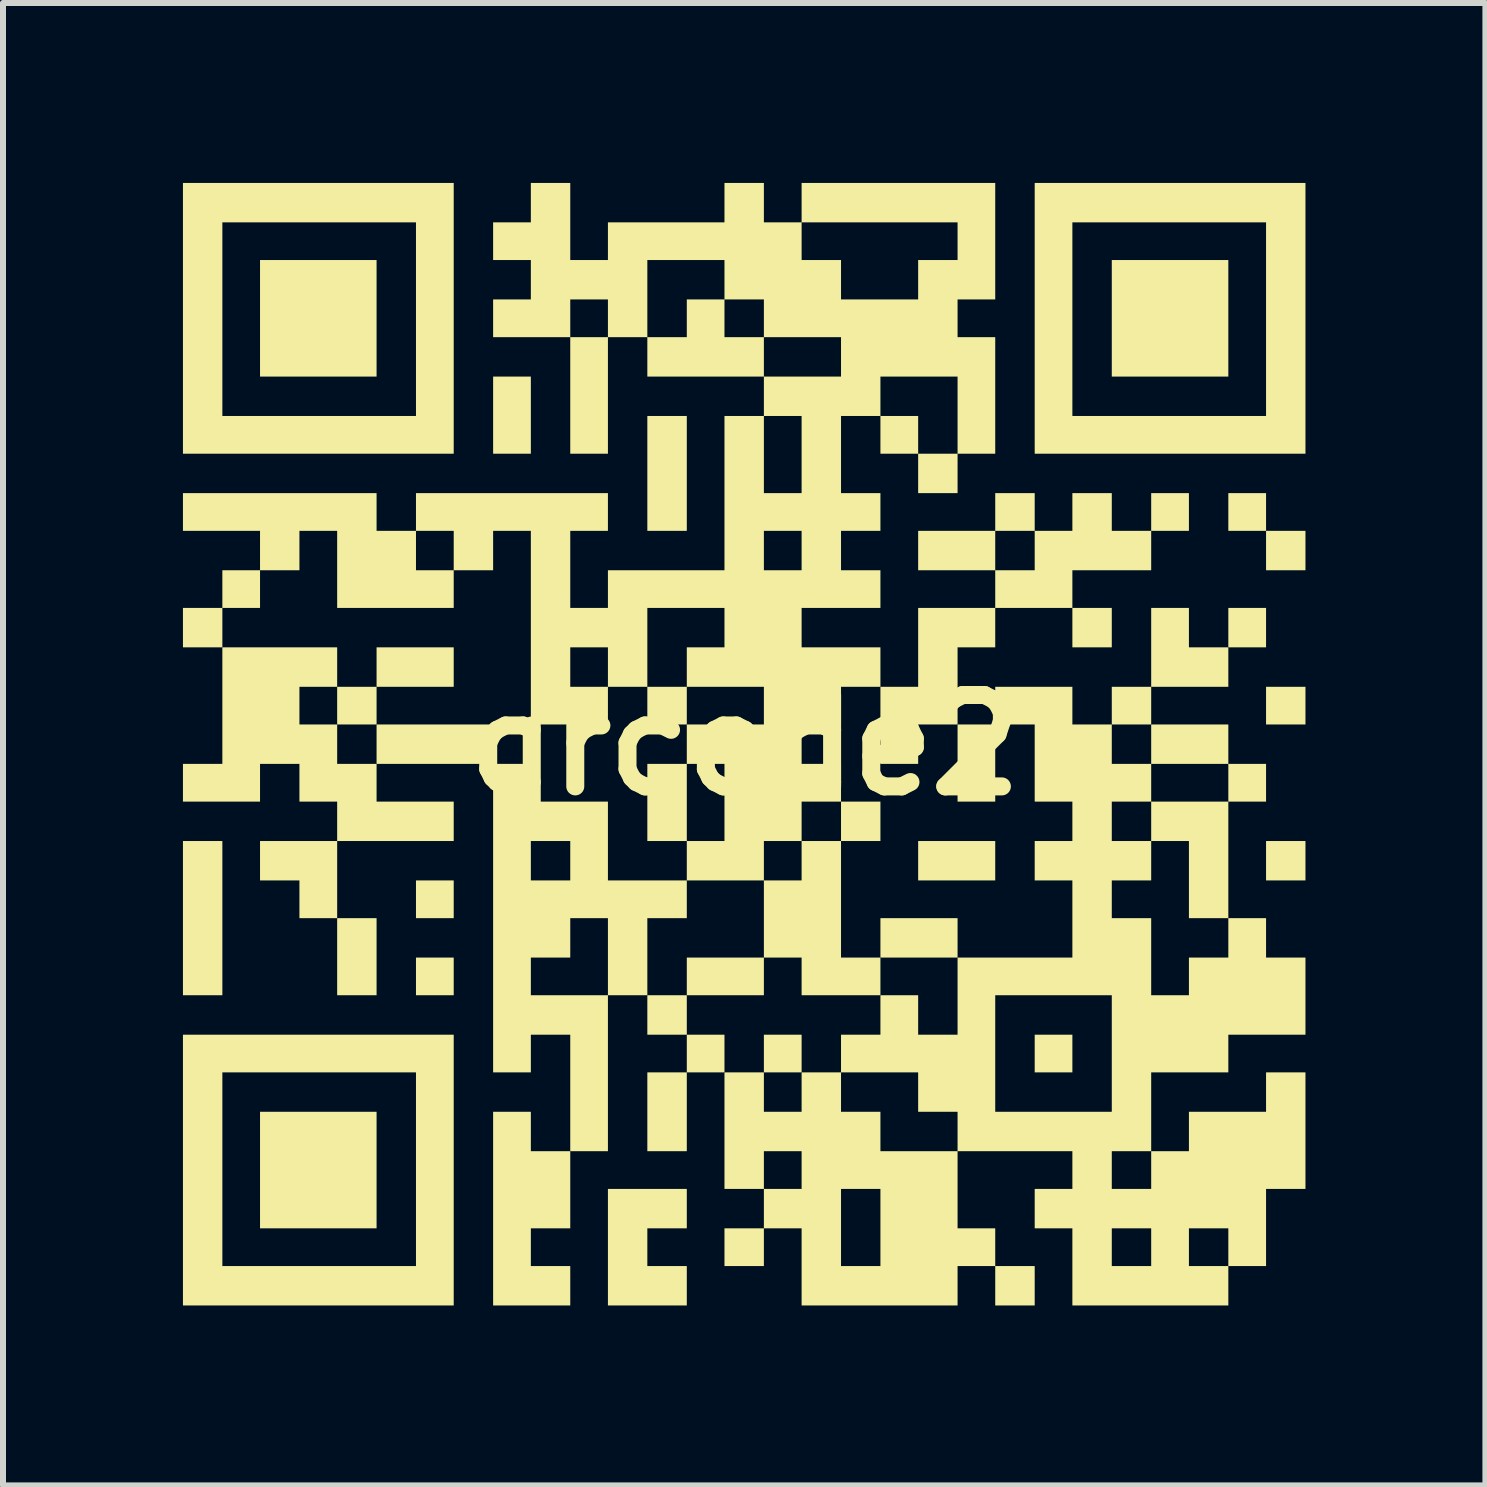
<source format=kicad_pcb>
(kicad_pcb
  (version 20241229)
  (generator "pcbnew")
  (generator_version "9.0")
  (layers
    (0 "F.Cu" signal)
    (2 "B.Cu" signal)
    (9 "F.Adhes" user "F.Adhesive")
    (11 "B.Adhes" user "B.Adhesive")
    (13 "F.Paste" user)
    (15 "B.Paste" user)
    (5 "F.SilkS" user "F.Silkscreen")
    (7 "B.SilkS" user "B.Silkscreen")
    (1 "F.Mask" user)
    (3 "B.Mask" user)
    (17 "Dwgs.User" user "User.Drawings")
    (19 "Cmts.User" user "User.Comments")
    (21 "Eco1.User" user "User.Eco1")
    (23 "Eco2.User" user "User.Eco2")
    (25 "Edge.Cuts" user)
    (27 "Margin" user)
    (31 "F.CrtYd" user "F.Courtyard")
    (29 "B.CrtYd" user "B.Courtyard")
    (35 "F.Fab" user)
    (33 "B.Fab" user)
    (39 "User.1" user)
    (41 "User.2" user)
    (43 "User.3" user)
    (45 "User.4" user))
  (footprint "qrcode2"
    (layer "F.Cu")
    (at 9.371 9.371)
    (property "Reference" "qrcode2" (at 0 0 0) (layer "F.SilkS") (effects (font (size 1.524 1.524) (thickness 0.3))))
    (attr board_only exclude_from_pos_files exclude_from_bom)
    (fp_poly (pts (xy -8.714 -1.629) (xy -9.371 -1.629) (xy -9.371 -2.286) (xy -8.714 -2.286)) (stroke (width 0) (type solid)) (fill yes) (layer "F.SilkS"))
    (fp_poly (pts (xy -8.714 4.171) (xy -9.371 4.171) (xy -9.371 1.6) (xy -8.714 1.6)) (stroke (width 0) (type solid)) (fill yes) (layer "F.SilkS"))
    (fp_poly (pts (xy -8.086 -2.286) (xy -8.714 -2.286) (xy -8.714 -2.914) (xy -8.086 -2.914)) (stroke (width 0) (type solid)) (fill yes) (layer "F.SilkS"))
    (fp_poly (pts (xy -6.143 -6.143) (xy -8.086 -6.143) (xy -8.086 -8.086) (xy -6.143 -8.086)) (stroke (width 0) (type solid)) (fill yes) (layer "F.SilkS"))
    (fp_poly (pts (xy -6.143 -0.343) (xy -6.8 -0.343) (xy -6.8 -0.971) (xy -6.143 -0.971)) (stroke (width 0) (type solid)) (fill yes) (layer "F.SilkS"))
    (fp_poly (pts (xy -6.143 4.171) (xy -6.8 4.171) (xy -6.8 2.886) (xy -6.143 2.886)) (stroke (width 0) (type solid)) (fill yes) (layer "F.SilkS"))
    (fp_poly (pts (xy -6.143 8.057) (xy -8.086 8.057) (xy -8.086 6.114) (xy -6.143 6.114)) (stroke (width 0) (type solid)) (fill yes) (layer "F.SilkS"))
    (fp_poly (pts (xy -4.857 -0.971) (xy -6.143 -0.971) (xy -6.143 -1.629) (xy -4.857 -1.629)) (stroke (width 0) (type solid)) (fill yes) (layer "F.SilkS"))
    (fp_poly (pts (xy -4.857 2.886) (xy -5.486 2.886) (xy -5.486 2.257) (xy -4.857 2.257)) (stroke (width 0) (type solid)) (fill yes) (layer "F.SilkS"))
    (fp_poly (pts (xy -4.857 4.171) (xy -5.486 4.171) (xy -5.486 3.543) (xy -4.857 3.543)) (stroke (width 0) (type solid)) (fill yes) (layer "F.SilkS"))
    (fp_poly (pts (xy -4.2 0.314) (xy -6.143 0.314) (xy -6.143 -0.343) (xy -4.2 -0.343)) (stroke (width 0) (type solid)) (fill yes) (layer "F.SilkS"))
    (fp_poly (pts (xy -3.571 -4.857) (xy -4.2 -4.857) (xy -4.2 -6.143) (xy -3.571 -6.143)) (stroke (width 0) (type solid)) (fill yes) (layer "F.SilkS"))
    (fp_poly (pts (xy -0.971 -3.571) (xy -1.629 -3.571) (xy -1.629 -5.486) (xy -0.971 -5.486)) (stroke (width 0) (type solid)) (fill yes) (layer "F.SilkS"))
    (fp_poly (pts (xy -0.971 -0.343) (xy -1.629 -0.343) (xy -1.629 -0.971) (xy -0.971 -0.971)) (stroke (width 0) (type solid)) (fill yes) (layer "F.SilkS"))
    (fp_poly (pts (xy -0.971 1.6) (xy -1.629 1.6) (xy -1.629 0.314) (xy -0.971 0.314)) (stroke (width 0) (type solid)) (fill yes) (layer "F.SilkS"))
    (fp_poly (pts (xy -0.971 4.829) (xy -1.629 4.829) (xy -1.629 4.171) (xy -0.971 4.171)) (stroke (width 0) (type solid)) (fill yes) (layer "F.SilkS"))
    (fp_poly (pts (xy -0.971 6.771) (xy -1.629 6.771) (xy -1.629 5.457) (xy -0.971 5.457)) (stroke (width 0) (type solid)) (fill yes) (layer "F.SilkS"))
    (fp_poly (pts (xy -0.343 5.457) (xy -0.971 5.457) (xy -0.971 4.829) (xy -0.343 4.829)) (stroke (width 0) (type solid)) (fill yes) (layer "F.SilkS"))
    (fp_poly (pts (xy 0.314 4.171) (xy -0.971 4.171) (xy -0.971 3.543) (xy 0.314 3.543)) (stroke (width 0) (type solid)) (fill yes) (layer "F.SilkS"))
    (fp_poly (pts (xy 0.314 8.686) (xy -0.343 8.686) (xy -0.343 8.057) (xy 0.314 8.057)) (stroke (width 0) (type solid)) (fill yes) (layer "F.SilkS"))
    (fp_poly (pts (xy 0.943 5.457) (xy 0.314 5.457) (xy 0.314 4.829) (xy 0.943 4.829)) (stroke (width 0) (type solid)) (fill yes) (layer "F.SilkS"))
    (fp_poly (pts (xy 2.257 1.6) (xy 1.6 1.6) (xy 1.6 0.943) (xy 2.257 0.943)) (stroke (width 0) (type solid)) (fill yes) (layer "F.SilkS"))
    (fp_poly (pts (xy 3.543 3.543) (xy 2.257 3.543) (xy 2.257 2.886) (xy 3.543 2.886)) (stroke (width 0) (type solid)) (fill yes) (layer "F.SilkS"))
    (fp_poly (pts (xy 4.171 0.943) (xy 3.543 0.943) (xy 3.543 -0.343) (xy 4.171 -0.343)) (stroke (width 0) (type solid)) (fill yes) (layer "F.SilkS"))
    (fp_poly (pts (xy 4.171 2.257) (xy 2.886 2.257) (xy 2.886 1.6) (xy 4.171 1.6)) (stroke (width 0) (type solid)) (fill yes) (layer "F.SilkS"))
    (fp_poly (pts (xy 4.829 9.343) (xy 4.171 9.343) (xy 4.171 8.686) (xy 4.829 8.686)) (stroke (width 0) (type solid)) (fill yes) (layer "F.SilkS"))
    (fp_poly (pts (xy 5.457 5.457) (xy 4.829 5.457) (xy 4.829 4.829) (xy 5.457 4.829)) (stroke (width 0) (type solid)) (fill yes) (layer "F.SilkS"))
    (fp_poly (pts (xy 6.114 -1.629) (xy 5.457 -1.629) (xy 5.457 -2.286) (xy 6.114 -2.286)) (stroke (width 0) (type solid)) (fill yes) (layer "F.SilkS"))
    (fp_poly (pts (xy 6.771 -0.343) (xy 6.114 -0.343) (xy 6.114 -0.971) (xy 6.771 -0.971)) (stroke (width 0) (type solid)) (fill yes) (layer "F.SilkS"))
    (fp_poly (pts (xy 7.4 -3.571) (xy 6.771 -3.571) (xy 6.771 -4.2) (xy 7.4 -4.2)) (stroke (width 0) (type solid)) (fill yes) (layer "F.SilkS"))
    (fp_poly (pts (xy 8.057 -6.143) (xy 6.114 -6.143) (xy 6.114 -8.086) (xy 8.057 -8.086)) (stroke (width 0) (type solid)) (fill yes) (layer "F.SilkS"))
    (fp_poly (pts (xy 8.057 0.314) (xy 6.771 0.314) (xy 6.771 -0.343) (xy 8.057 -0.343)) (stroke (width 0) (type solid)) (fill yes) (layer "F.SilkS"))
    (fp_poly (pts (xy 8.686 -3.571) (xy 8.057 -3.571) (xy 8.057 -4.2) (xy 8.686 -4.2)) (stroke (width 0) (type solid)) (fill yes) (layer "F.SilkS"))
    (fp_poly (pts (xy 8.686 -1.629) (xy 8.057 -1.629) (xy 8.057 -2.286) (xy 8.686 -2.286)) (stroke (width 0) (type solid)) (fill yes) (layer "F.SilkS"))
    (fp_poly (pts (xy 8.686 0.943) (xy 8.057 0.943) (xy 8.057 0.314) (xy 8.686 0.314)) (stroke (width 0) (type solid)) (fill yes) (layer "F.SilkS"))
    (fp_poly (pts (xy 9.343 -2.914) (xy 8.686 -2.914) (xy 8.686 -3.571) (xy 9.343 -3.571)) (stroke (width 0) (type solid)) (fill yes) (layer "F.SilkS"))
    (fp_poly (pts (xy 9.343 -0.343) (xy 8.686 -0.343) (xy 8.686 -0.971) (xy 9.343 -0.971)) (stroke (width 0) (type solid)) (fill yes) (layer "F.SilkS"))
    (fp_poly (pts (xy 9.343 2.257) (xy 8.686 2.257) (xy 8.686 1.6) (xy 9.343 1.6)) (stroke (width 0) (type solid)) (fill yes) (layer "F.SilkS"))
    (fp_poly (pts (xy -6.8 2.886) (xy -7.429 2.886) (xy -7.429 2.257) (xy -8.086 2.257) (xy -8.086 1.6) (xy -6.8 1.6)) (stroke (width 0) (type solid)) (fill yes) (layer "F.SilkS"))
    (fp_poly (pts (xy 7.4 -1.629) (xy 8.057 -1.629) (xy 8.057 -0.971) (xy 6.771 -0.971) (xy 6.771 -2.286) (xy 7.4 -2.286)) (stroke (width 0) (type solid)) (fill yes) (layer "F.SilkS"))
    (fp_poly (pts (xy -0.971 8.057) (xy -1.629 8.057) (xy -1.629 8.686) (xy -0.971 8.686) (xy -0.971 9.343) (xy -2.286 9.343) (xy -2.286 7.4) (xy -0.971 7.4)) (stroke (width 0) (type solid)) (fill yes) (layer "F.SilkS"))
    (fp_poly (pts (xy -3.571 6.771) (xy -2.914 6.771) (xy -2.914 8.057) (xy -3.571 8.057) (xy -3.571 8.686) (xy -2.914 8.686) (xy -2.914 9.343) (xy -4.2 9.343) (xy -4.2 6.114) (xy -3.571 6.114)) (stroke (width 0) (type solid)) (fill yes) (layer "F.SilkS"))
    (fp_poly (pts (xy 0.314 2.257) (xy 0.943 2.257) (xy 0.943 1.6) (xy 1.6 1.6) (xy 1.6 3.543) (xy 2.257 3.543) (xy 2.257 4.171) (xy 0.943 4.171) (xy 0.943 3.543) (xy 0.314 3.543)) (stroke (width 0) (type solid)) (fill yes) (layer "F.SilkS"))
    (fp_poly (pts (xy 4.171 -1.629) (xy 3.543 -1.629) (xy 3.543 -0.343) (xy 2.886 -0.343) (xy 2.886 0.314) (xy 2.257 0.314) (xy 2.257 -0.971) (xy 2.886 -0.971) (xy 2.886 -2.286) (xy 4.171 -2.286)) (stroke (width 0) (type solid)) (fill yes) (layer "F.SilkS"))
    (fp_poly (pts (xy -4.857 -4.857) (xy -9.371 -4.857) (xy -9.371 -5.486) (xy -8.714 -5.486) (xy -5.486 -5.486) (xy -5.486 -8.714) (xy -8.714 -8.714) (xy -8.714 -5.486) (xy -9.371 -5.486) (xy -9.371 -9.371) (xy -4.857 -9.371)) (stroke (width 0) (type solid)) (fill yes) (layer "F.SilkS"))
    (fp_poly (pts (xy -4.857 9.343) (xy -9.371 9.343) (xy -9.371 8.686) (xy -8.714 8.686) (xy -5.486 8.686) (xy -5.486 5.457) (xy -8.714 5.457) (xy -8.714 8.686) (xy -9.371 8.686) (xy -9.371 4.829) (xy -4.857 4.829)) (stroke (width 0) (type solid)) (fill yes) (layer "F.SilkS"))
    (fp_poly (pts (xy 9.343 -4.857) (xy 4.829 -4.857) (xy 4.829 -5.486) (xy 5.457 -5.486) (xy 8.686 -5.486) (xy 8.686 -8.714) (xy 5.457 -8.714) (xy 5.457 -5.486) (xy 4.829 -5.486) (xy 4.829 -9.371) (xy 9.343 -9.371)) (stroke (width 0) (type solid)) (fill yes) (layer "F.SilkS"))
    (fp_poly (pts (xy -6.8 -0.971) (xy -7.429 -0.971) (xy -7.429 -0.343) (xy -6.8 -0.343) (xy -6.8 0.314) (xy -6.143 0.314) (xy -6.143 0.943) (xy -4.857 0.943) (xy -4.857 1.6) (xy -6.8 1.6) (xy -6.8 0.943) (xy -7.429 0.943) (xy -7.429 0.314) (xy -8.086 0.314) (xy -8.086 0.943) (xy -9.371 0.943) (xy -9.371 0.314) (xy -8.714 0.314) (xy -8.714 -1.629) (xy -6.8 -1.629)) (stroke (width 0) (type solid)) (fill yes) (layer "F.SilkS"))
    (fp_poly (pts (xy 4.829 -3.571) (xy 5.457 -3.571) (xy 5.457 -4.2) (xy 6.114 -4.2) (xy 6.114 -3.571) (xy 6.771 -3.571) (xy 6.771 -2.914) (xy 5.457 -2.914) (xy 5.457 -2.286) (xy 4.171 -2.286) (xy 4.171 -2.914) (xy 4.829 -2.914) (xy 4.829 -3.571) (xy 4.171 -3.571) (xy 4.171 -2.914) (xy 2.886 -2.914) (xy 2.886 -3.571) (xy 4.171 -3.571) (xy 4.171 -4.2) (xy 4.829 -4.2)) (stroke (width 0) (type solid)) (fill yes) (layer "F.SilkS"))
    (fp_poly (pts (xy -3.571 0.943) (xy -2.286 0.943) (xy -2.286 2.257) (xy -0.971 2.257) (xy -0.971 2.886) (xy -1.629 2.886) (xy -1.629 4.171) (xy -2.286 4.171) (xy -2.286 6.771) (xy -2.914 6.771) (xy -2.914 4.829) (xy -3.571 4.829) (xy -3.571 5.457) (xy -4.2 5.457) (xy -4.2 4.171) (xy -3.571 4.171) (xy -2.286 4.171) (xy -2.286 2.886) (xy -2.914 2.886) (xy -2.914 3.543) (xy -3.571 3.543) (xy -3.571 4.171) (xy -4.2 4.171) (xy -4.2 2.257) (xy -3.571 2.257) (xy -2.914 2.257) (xy -2.914 1.6) (xy -3.571 1.6) (xy -3.571 2.257) (xy -4.2 2.257) (xy -4.2 0.314) (xy -3.571 0.314)) (stroke (width 0) (type solid)) (fill yes) (layer "F.SilkS"))
    (fp_poly (pts (xy 0.314 7.4) (xy 0.943 7.4) (xy 0.943 6.771) (xy 0.314 6.771) (xy 0.314 7.4) (xy -0.343 7.4) (xy -0.343 5.457) (xy 0.314 5.457) (xy 0.314 6.114) (xy 0.943 6.114) (xy 1.6 6.114) (xy 2.257 6.114) (xy 2.257 6.771) (xy 3.543 6.771) (xy 3.543 6.114) (xy 4.171 6.114) (xy 6.114 6.114) (xy 6.114 4.171) (xy 4.171 4.171) (xy 4.171 6.114) (xy 3.543 6.114) (xy 2.886 6.114) (xy 2.886 5.457) (xy 1.6 5.457) (xy 1.6 6.114) (xy 0.943 6.114) (xy 0.943 5.457) (xy 1.6 5.457) (xy 1.6 4.829) (xy 2.257 4.829) (xy 2.257 4.171) (xy 2.886 4.171) (xy 2.886 4.829) (xy 3.543 4.829) (xy 3.543 3.543) (xy 5.457 3.543) (xy 5.457 2.886) (xy 6.114 2.886) (xy 6.771 2.886) (xy 6.771 4.171) (xy 7.4 4.171) (xy 7.4 3.543) (xy 8.057 3.543) (xy 8.057 2.886) (xy 7.4 2.886) (xy 7.4 1.6) (xy 6.771 1.6) (xy 6.771 2.257) (xy 6.114 2.257) (xy 6.114 2.886) (xy 5.457 2.886) (xy 5.457 2.257) (xy 4.829 2.257) (xy 4.829 1.6) (xy 5.457 1.6) (xy 6.114 1.6) (xy 6.771 1.6) (xy 6.771 0.943) (xy 6.114 0.943) (xy 6.114 1.6) (xy 5.457 1.6) (xy 5.457 0.943) (xy 4.829 0.943) (xy 4.829 -0.343) (xy 4.171 -0.343) (xy 4.171 -0.971) (xy 5.457 -0.971) (xy 5.457 -0.343) (xy 6.114 -0.343) (xy 6.114 0.314) (xy 6.771 0.314) (xy 6.771 0.943) (xy 8.057 0.943) (xy 8.057 2.886) (xy 8.686 2.886) (xy 8.686 3.543) (xy 9.343 3.543) (xy 9.343 4.829) (xy 8.057 4.829) (xy 8.057 5.457) (xy 6.771 5.457) (xy 6.771 6.771) (xy 7.4 6.771) (xy 7.4 6.114) (xy 8.686 6.114) (xy 8.686 5.457) (xy 9.343 5.457) (xy 9.343 7.4) (xy 8.686 7.4) (xy 8.686 8.686) (xy 8.057 8.686) (xy 8.057 9.343) (xy 5.457 9.343) (xy 5.457 8.686) (xy 6.114 8.686) (xy 6.771 8.686) (xy 7.4 8.686) (xy 8.057 8.686) (xy 8.057 8.057) (xy 7.4 8.057) (xy 7.4 8.686) (xy 6.771 8.686) (xy 6.771 8.057) (xy 6.114 8.057) (xy 6.114 8.686) (xy 5.457 8.686) (xy 5.457 8.057) (xy 4.829 8.057) (xy 4.829 7.4) (xy 5.457 7.4) (xy 6.114 7.4) (xy 6.771 7.4) (xy 6.771 6.771) (xy 6.114 6.771) (xy 6.114 7.4) (xy 5.457 7.4) (xy 5.457 6.771) (xy 3.543 6.771) (xy 3.543 8.057) (xy 4.171 8.057) (xy 4.171 8.686) (xy 3.543 8.686) (xy 3.543 9.343) (xy 0.943 9.343) (xy 0.943 8.686) (xy 1.6 8.686) (xy 2.257 8.686) (xy 2.257 7.4) (xy 1.6 7.4) (xy 1.6 8.686) (xy 0.943 8.686) (xy 0.943 8.057) (xy 0.314 8.057)) (stroke (width 0) (type solid)) (fill yes) (layer "F.SilkS"))
    (fp_poly (pts (xy 1.6 -5.486) (xy 1.6 -4.2) (xy 2.257 -4.2) (xy 2.257 -3.571) (xy 1.6 -3.571) (xy 1.6 -2.914) (xy 2.257 -2.914) (xy 2.257 -2.286) (xy 0.943 -2.286) (xy 0.943 -1.629) (xy 2.257 -1.629) (xy 2.257 -0.971) (xy 1.6 -0.971) (xy 1.6 -0.343) (xy 0.943 -0.343) (xy 0.943 0.314) (xy 1.6 0.314) (xy 1.6 0.943) (xy 0.943 0.943) (xy 0.943 1.6) (xy 0.314 1.6) (xy 0.314 2.257) (xy -0.971 2.257) (xy -0.971 1.6) (xy -0.343 1.6) (xy -0.343 0.314) (xy -0.971 0.314) (xy -0.971 -0.343) (xy 0.314 -0.343) (xy 0.314 -0.971) (xy -0.971 -0.971) (xy -0.971 -1.629) (xy -0.343 -1.629) (xy -0.343 -2.286) (xy -1.629 -2.286) (xy -1.629 -0.971) (xy -2.286 -0.971) (xy -2.286 -0.343) (xy -3.571 -0.343) (xy -3.571 -0.971) (xy -2.914 -0.971) (xy -2.286 -0.971) (xy -2.286 -1.629) (xy -2.914 -1.629) (xy -2.914 -0.971) (xy -3.571 -0.971) (xy -3.571 -3.571) (xy -4.2 -3.571) (xy -4.2 -2.914) (xy -4.857 -2.914) (xy -4.857 -2.286) (xy -6.8 -2.286) (xy -6.8 -2.914) (xy -5.486 -2.914) (xy -4.857 -2.914) (xy -4.857 -3.571) (xy -5.486 -3.571) (xy -5.486 -2.914) (xy -6.8 -2.914) (xy -6.8 -3.571) (xy -7.429 -3.571) (xy -7.429 -2.914) (xy -8.086 -2.914) (xy -8.086 -3.571) (xy -9.371 -3.571) (xy -9.371 -4.2) (xy -6.143 -4.2) (xy -6.143 -3.571) (xy -5.486 -3.571) (xy -5.486 -4.2) (xy -2.286 -4.2) (xy -2.286 -3.571) (xy -2.914 -3.571) (xy -2.914 -2.286) (xy -2.286 -2.286) (xy -2.286 -2.914) (xy -0.343 -2.914) (xy 0.314 -2.914) (xy 0.943 -2.914) (xy 0.943 -3.571) (xy 0.314 -3.571) (xy 0.314 -2.914) (xy -0.343 -2.914) (xy -0.343 -4.2) (xy 0.314 -4.2) (xy 0.943 -4.2) (xy 0.943 -5.486) (xy 0.314 -5.486) (xy 0.314 -4.2) (xy -0.343 -4.2) (xy -0.343 -5.486) (xy 0.314 -5.486) (xy 0.314 -6.143) (xy 1.6 -6.143) (xy 1.6 -6.8) (xy 0.314 -6.8) (xy 0.314 -6.143) (xy -1.629 -6.143) (xy -1.629 -6.8) (xy -0.971 -6.8) (xy -0.343 -6.8) (xy 0.314 -6.8) (xy 0.314 -7.429) (xy -0.343 -7.429) (xy -0.343 -6.8) (xy -0.971 -6.8) (xy -0.971 -7.429) (xy -0.343 -7.429) (xy -0.343 -8.086) (xy 0.943 -8.086) (xy 1.6 -8.086) (xy 1.6 -7.429) (xy 2.886 -7.429) (xy 2.886 -8.086) (xy 3.543 -8.086) (xy 3.543 -8.714) (xy 0.943 -8.714) (xy 0.943 -8.086) (xy -0.343 -8.086) (xy -1.629 -8.086) (xy -1.629 -6.8) (xy -2.286 -6.8) (xy -2.286 -4.857) (xy -2.914 -4.857) (xy -2.914 -6.8) (xy -2.286 -6.8) (xy -2.286 -7.429) (xy -2.914 -7.429) (xy -2.914 -6.8) (xy -4.2 -6.8) (xy -4.2 -7.429) (xy -3.571 -7.429) (xy -3.571 -8.086) (xy -4.2 -8.086) (xy -4.2 -8.714) (xy -3.571 -8.714) (xy -3.571 -9.371) (xy -2.914 -9.371) (xy -2.914 -8.086) (xy -2.286 -8.086) (xy -2.286 -8.714) (xy -0.343 -8.714) (xy -0.343 -9.371) (xy 0.314 -9.371) (xy 0.314 -8.714) (xy 0.943 -8.714) (xy 0.943 -9.371) (xy 4.171 -9.371) (xy 4.171 -7.429) (xy 3.543 -7.429) (xy 3.543 -6.8) (xy 4.171 -6.8) (xy 4.171 -4.857) (xy 3.543 -4.857) (xy 3.543 -4.2) (xy 2.886 -4.2) (xy 2.886 -4.857) (xy 2.257 -4.857) (xy 2.257 -5.486) (xy 2.886 -5.486) (xy 2.886 -4.857) (xy 3.543 -4.857) (xy 3.543 -6.143) (xy 2.257 -6.143) (xy 2.257 -5.486)) (stroke (width 0) (type solid)) (fill yes) (layer "F.SilkS")))
  (gr_rect
    (start -3 -3)
    (end 21.714 21.714)
    (stroke (width 0.1) (type default))
    (fill no)
    (layer "Edge.Cuts")))
</source>
